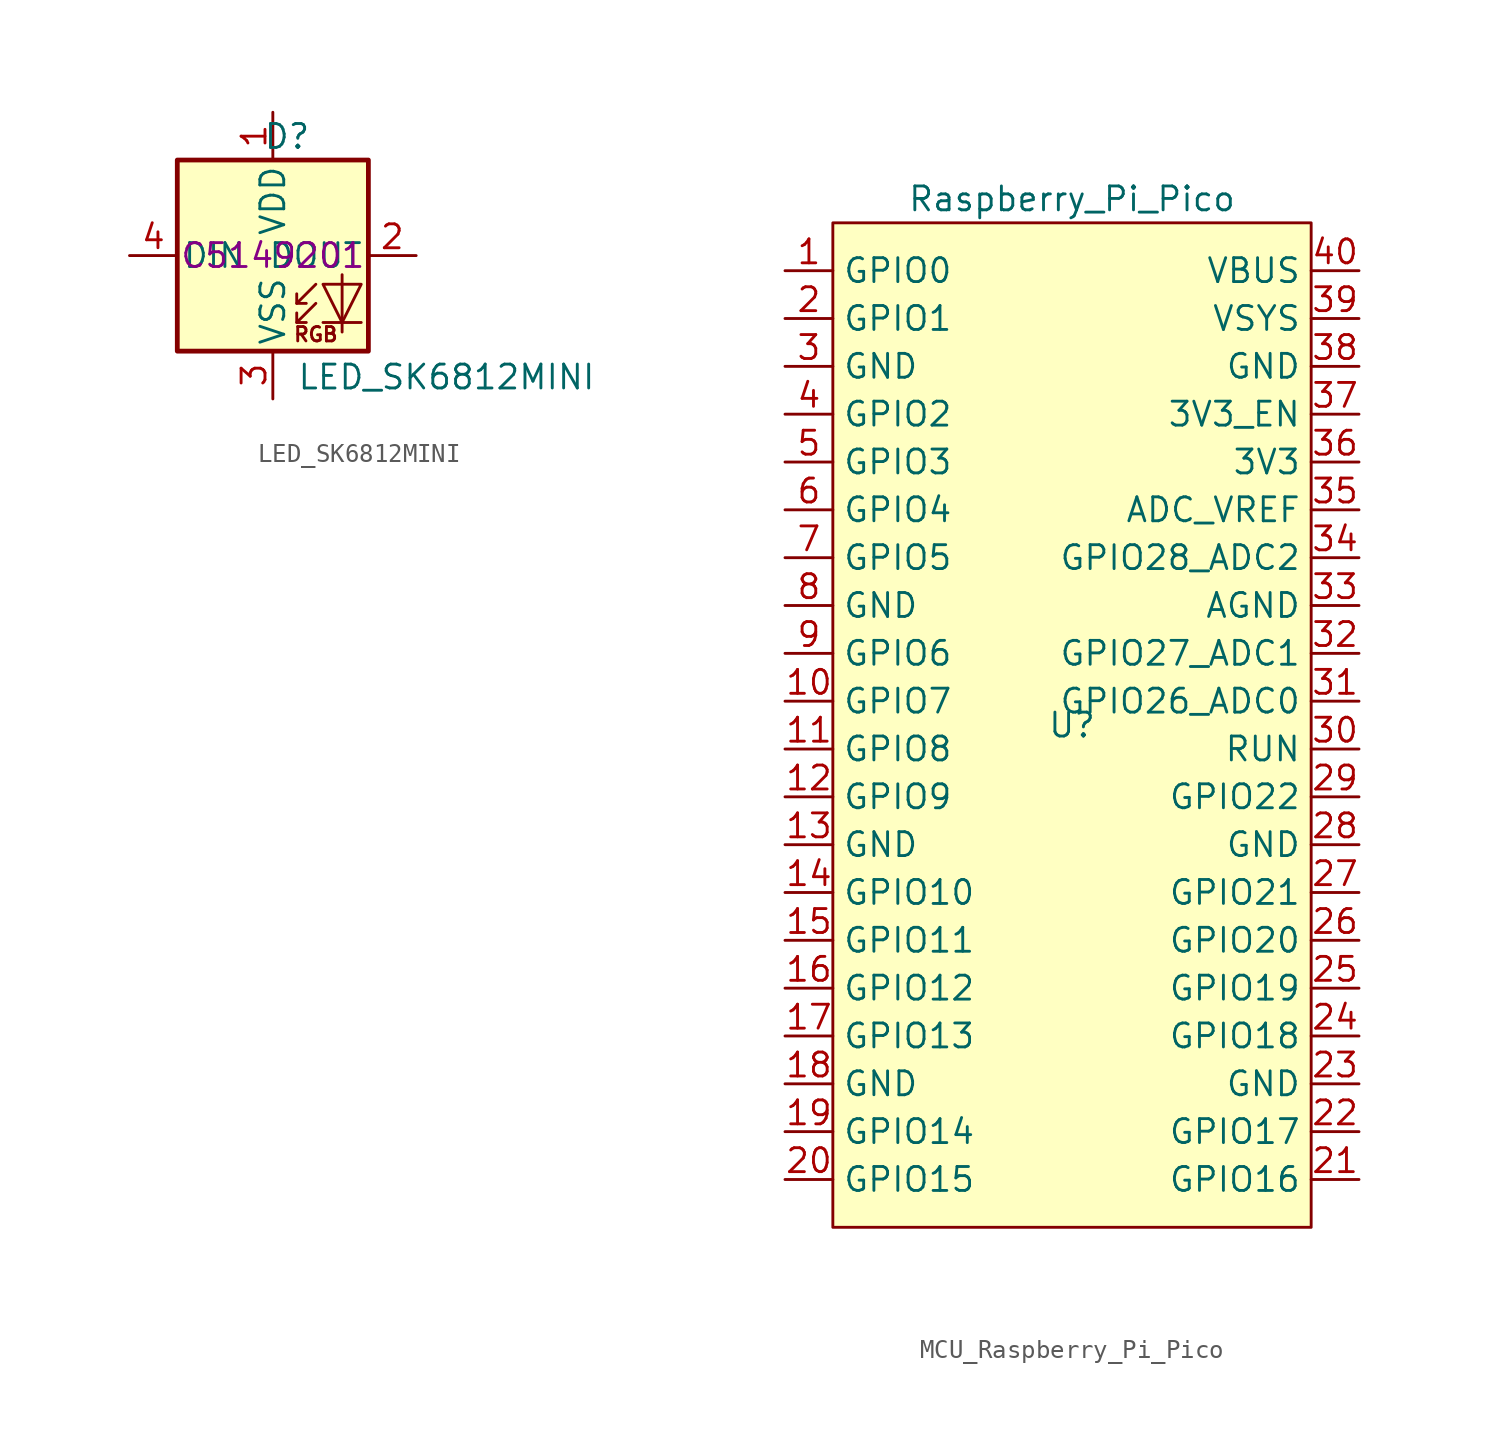
<source format=kicad_sym>
(kicad_symbol_lib
  (version 20231120)
  (generator "kicad_symbol_editor")
  (generator_version "8.0")
  (symbol "LED_SK6812MINI"
    (pin_names
      (offset 0.254))
    (property "Reference" "D"
      (at 2.032 5.588 0)
      (effects (font (size 1.27 1.27)) (justify right bottom)))
    (property "Value" "LED_SK6812MINI"
      (at 1.27 -5.715 0)
      (effects (font (size 1.27 1.27)) (justify left top)))
    (property "LCSC" "C5149201"
      (at 0 0 0)
      (effects (font (size 1.27 1.27))))
    (symbol "LED_SK6812MINI_0_0"
      (text "RGB" (at 2.286 -4.191 0) (effects (font (size 0.762 0.762)))))
    (symbol "LED_SK6812MINI_0_1"
      (rectangle (start -5.08 5.08) (end 5.08 -5.08) (stroke (width 0.254) (type default)) (fill (type background)))
      (polyline (pts (xy 1.27 -3.556) (xy 1.778 -3.556)) (stroke (width 0) (type default)) (fill (type none)))
      (polyline (pts (xy 1.27 -2.54) (xy 1.778 -2.54)) (stroke (width 0) (type default)) (fill (type none)))
      (polyline (pts (xy 4.699 -3.556) (xy 2.667 -3.556)) (stroke (width 0) (type default)) (fill (type none)))
      (polyline (pts (xy 2.286 -2.54) (xy 1.27 -3.556) (xy 1.27 -3.048)) (stroke (width 0) (type default)) (fill (type none)))
      (polyline (pts (xy 2.286 -1.524) (xy 1.27 -2.54) (xy 1.27 -2.032)) (stroke (width 0) (type default)) (fill (type none)))
      (polyline (pts (xy 3.683 -1.016) (xy 3.683 -3.556) (xy 3.683 -4.064)) (stroke (width 0) (type default)) (fill (type none)))
      (polyline (pts (xy 4.699 -1.524) (xy 2.667 -1.524) (xy 3.683 -3.556) (xy 4.699 -1.524)) (stroke (width 0) (type default)) (fill (type none))))
    (symbol "LED_SK6812MINI_1_1"
      (pin power_in line (at 0 7.62 270) (length 2.54) (name "VDD" (effects (font (size 1.27 1.27)))) (number "1" (effects (font (size 1.27 1.27)))))
      (pin output line (at 7.62 0 180) (length 2.54) (name "DOUT" (effects (font (size 1.27 1.27)))) (number "2" (effects (font (size 1.27 1.27)))))
      (pin power_in line (at 0 -7.62 90) (length 2.54) (name "VSS" (effects (font (size 1.27 1.27)))) (number "3" (effects (font (size 1.27 1.27)))))
      (pin input line (at -7.62 0 0) (length 2.54) (name "DIN" (effects (font (size 1.27 1.27)))) (number "4" (effects (font (size 1.27 1.27)))))))
  (symbol "MCU_Raspberry_Pi_Pico"
    (property "Reference" "U"
      (at 0 0 0)
      (effects (font (size 1.27 1.27))))
    (property "Value" "Raspberry_Pi_Pico"
      (at 0 27.94 0)
      (effects (font (size 1.27 1.27))))
    (symbol "MCU_Raspberry_Pi_Pico_0_1"
      (rectangle (start -12.7 26.67) (end 12.7 -26.67) (stroke (width 0) (type default)) (fill (type background))))
    (symbol "MCU_Raspberry_Pi_Pico_1_1"
      (pin bidirectional line (at -15.24 24.13 0) (length 2.54) (name "GPIO0" (effects (font (size 1.27 1.27)))) (number "1" (effects (font (size 1.27 1.27)))))
      (pin bidirectional line (at -15.24 1.27 0) (length 2.54) (name "GPIO7" (effects (font (size 1.27 1.27)))) (number "10" (effects (font (size 1.27 1.27)))))
      (pin bidirectional line (at -15.24 -1.27 0) (length 2.54) (name "GPIO8" (effects (font (size 1.27 1.27)))) (number "11" (effects (font (size 1.27 1.27)))))
      (pin bidirectional line (at -15.24 -3.81 0) (length 2.54) (name "GPIO9" (effects (font (size 1.27 1.27)))) (number "12" (effects (font (size 1.27 1.27)))))
      (pin power_in line (at -15.24 -6.35 0) (length 2.54) (name "GND" (effects (font (size 1.27 1.27)))) (number "13" (effects (font (size 1.27 1.27)))))
      (pin bidirectional line (at -15.24 -8.89 0) (length 2.54) (name "GPIO10" (effects (font (size 1.27 1.27)))) (number "14" (effects (font (size 1.27 1.27)))))
      (pin bidirectional line (at -15.24 -11.43 0) (length 2.54) (name "GPIO11" (effects (font (size 1.27 1.27)))) (number "15" (effects (font (size 1.27 1.27)))))
      (pin bidirectional line (at -15.24 -13.97 0) (length 2.54) (name "GPIO12" (effects (font (size 1.27 1.27)))) (number "16" (effects (font (size 1.27 1.27)))))
      (pin bidirectional line (at -15.24 -16.51 0) (length 2.54) (name "GPIO13" (effects (font (size 1.27 1.27)))) (number "17" (effects (font (size 1.27 1.27)))))
      (pin power_in line (at -15.24 -19.05 0) (length 2.54) (name "GND" (effects (font (size 1.27 1.27)))) (number "18" (effects (font (size 1.27 1.27)))))
      (pin bidirectional line (at -15.24 -21.59 0) (length 2.54) (name "GPIO14" (effects (font (size 1.27 1.27)))) (number "19" (effects (font (size 1.27 1.27)))))
      (pin bidirectional line (at -15.24 21.59 0) (length 2.54) (name "GPIO1" (effects (font (size 1.27 1.27)))) (number "2" (effects (font (size 1.27 1.27)))))
      (pin bidirectional line (at -15.24 -24.13 0) (length 2.54) (name "GPIO15" (effects (font (size 1.27 1.27)))) (number "20" (effects (font (size 1.27 1.27)))))
      (pin bidirectional line (at 15.24 -24.13 180) (length 2.54) (name "GPIO16" (effects (font (size 1.27 1.27)))) (number "21" (effects (font (size 1.27 1.27)))))
      (pin bidirectional line (at 15.24 -21.59 180) (length 2.54) (name "GPIO17" (effects (font (size 1.27 1.27)))) (number "22" (effects (font (size 1.27 1.27)))))
      (pin power_in line (at 15.24 -19.05 180) (length 2.54) (name "GND" (effects (font (size 1.27 1.27)))) (number "23" (effects (font (size 1.27 1.27)))))
      (pin bidirectional line (at 15.24 -16.51 180) (length 2.54) (name "GPIO18" (effects (font (size 1.27 1.27)))) (number "24" (effects (font (size 1.27 1.27)))))
      (pin bidirectional line (at 15.24 -13.97 180) (length 2.54) (name "GPIO19" (effects (font (size 1.27 1.27)))) (number "25" (effects (font (size 1.27 1.27)))))
      (pin bidirectional line (at 15.24 -11.43 180) (length 2.54) (name "GPIO20" (effects (font (size 1.27 1.27)))) (number "26" (effects (font (size 1.27 1.27)))))
      (pin bidirectional line (at 15.24 -8.89 180) (length 2.54) (name "GPIO21" (effects (font (size 1.27 1.27)))) (number "27" (effects (font (size 1.27 1.27)))))
      (pin power_in line (at 15.24 -6.35 180) (length 2.54) (name "GND" (effects (font (size 1.27 1.27)))) (number "28" (effects (font (size 1.27 1.27)))))
      (pin bidirectional line (at 15.24 -3.81 180) (length 2.54) (name "GPIO22" (effects (font (size 1.27 1.27)))) (number "29" (effects (font (size 1.27 1.27)))))
      (pin power_in line (at -15.24 19.05 0) (length 2.54) (name "GND" (effects (font (size 1.27 1.27)))) (number "3" (effects (font (size 1.27 1.27)))))
      (pin input line (at 15.24 -1.27 180) (length 2.54) (name "RUN" (effects (font (size 1.27 1.27)))) (number "30" (effects (font (size 1.27 1.27)))))
      (pin bidirectional line (at 15.24 1.27 180) (length 2.54) (name "GPIO26_ADC0" (effects (font (size 1.27 1.27)))) (number "31" (effects (font (size 1.27 1.27)))))
      (pin bidirectional line (at 15.24 3.81 180) (length 2.54) (name "GPIO27_ADC1" (effects (font (size 1.27 1.27)))) (number "32" (effects (font (size 1.27 1.27)))))
      (pin power_in line (at 15.24 6.35 180) (length 2.54) (name "AGND" (effects (font (size 1.27 1.27)))) (number "33" (effects (font (size 1.27 1.27)))))
      (pin bidirectional line (at 15.24 8.89 180) (length 2.54) (name "GPIO28_ADC2" (effects (font (size 1.27 1.27)))) (number "34" (effects (font (size 1.27 1.27)))))
      (pin power_in line (at 15.24 11.43 180) (length 2.54) (name "ADC_VREF" (effects (font (size 1.27 1.27)))) (number "35" (effects (font (size 1.27 1.27)))))
      (pin power_in line (at 15.24 13.97 180) (length 2.54) (name "3V3" (effects (font (size 1.27 1.27)))) (number "36" (effects (font (size 1.27 1.27)))))
      (pin input line (at 15.24 16.51 180) (length 2.54) (name "3V3_EN" (effects (font (size 1.27 1.27)))) (number "37" (effects (font (size 1.27 1.27)))))
      (pin bidirectional line (at 15.24 19.05 180) (length 2.54) (name "GND" (effects (font (size 1.27 1.27)))) (number "38" (effects (font (size 1.27 1.27)))))
      (pin power_in line (at 15.24 21.59 180) (length 2.54) (name "VSYS" (effects (font (size 1.27 1.27)))) (number "39" (effects (font (size 1.27 1.27)))))
      (pin bidirectional line (at -15.24 16.51 0) (length 2.54) (name "GPIO2" (effects (font (size 1.27 1.27)))) (number "4" (effects (font (size 1.27 1.27)))))
      (pin power_in line (at 15.24 24.13 180) (length 2.54) (name "VBUS" (effects (font (size 1.27 1.27)))) (number "40" (effects (font (size 1.27 1.27)))))
      (pin bidirectional line (at -15.24 13.97 0) (length 2.54) (name "GPIO3" (effects (font (size 1.27 1.27)))) (number "5" (effects (font (size 1.27 1.27)))))
      (pin bidirectional line (at -15.24 11.43 0) (length 2.54) (name "GPIO4" (effects (font (size 1.27 1.27)))) (number "6" (effects (font (size 1.27 1.27)))))
      (pin bidirectional line (at -15.24 8.89 0) (length 2.54) (name "GPIO5" (effects (font (size 1.27 1.27)))) (number "7" (effects (font (size 1.27 1.27)))))
      (pin power_in line (at -15.24 6.35 0) (length 2.54) (name "GND" (effects (font (size 1.27 1.27)))) (number "8" (effects (font (size 1.27 1.27)))))
      (pin bidirectional line (at -15.24 3.81 0) (length 2.54) (name "GPIO6" (effects (font (size 1.27 1.27)))) (number "9" (effects (font (size 1.27 1.27))))))))
</source>
